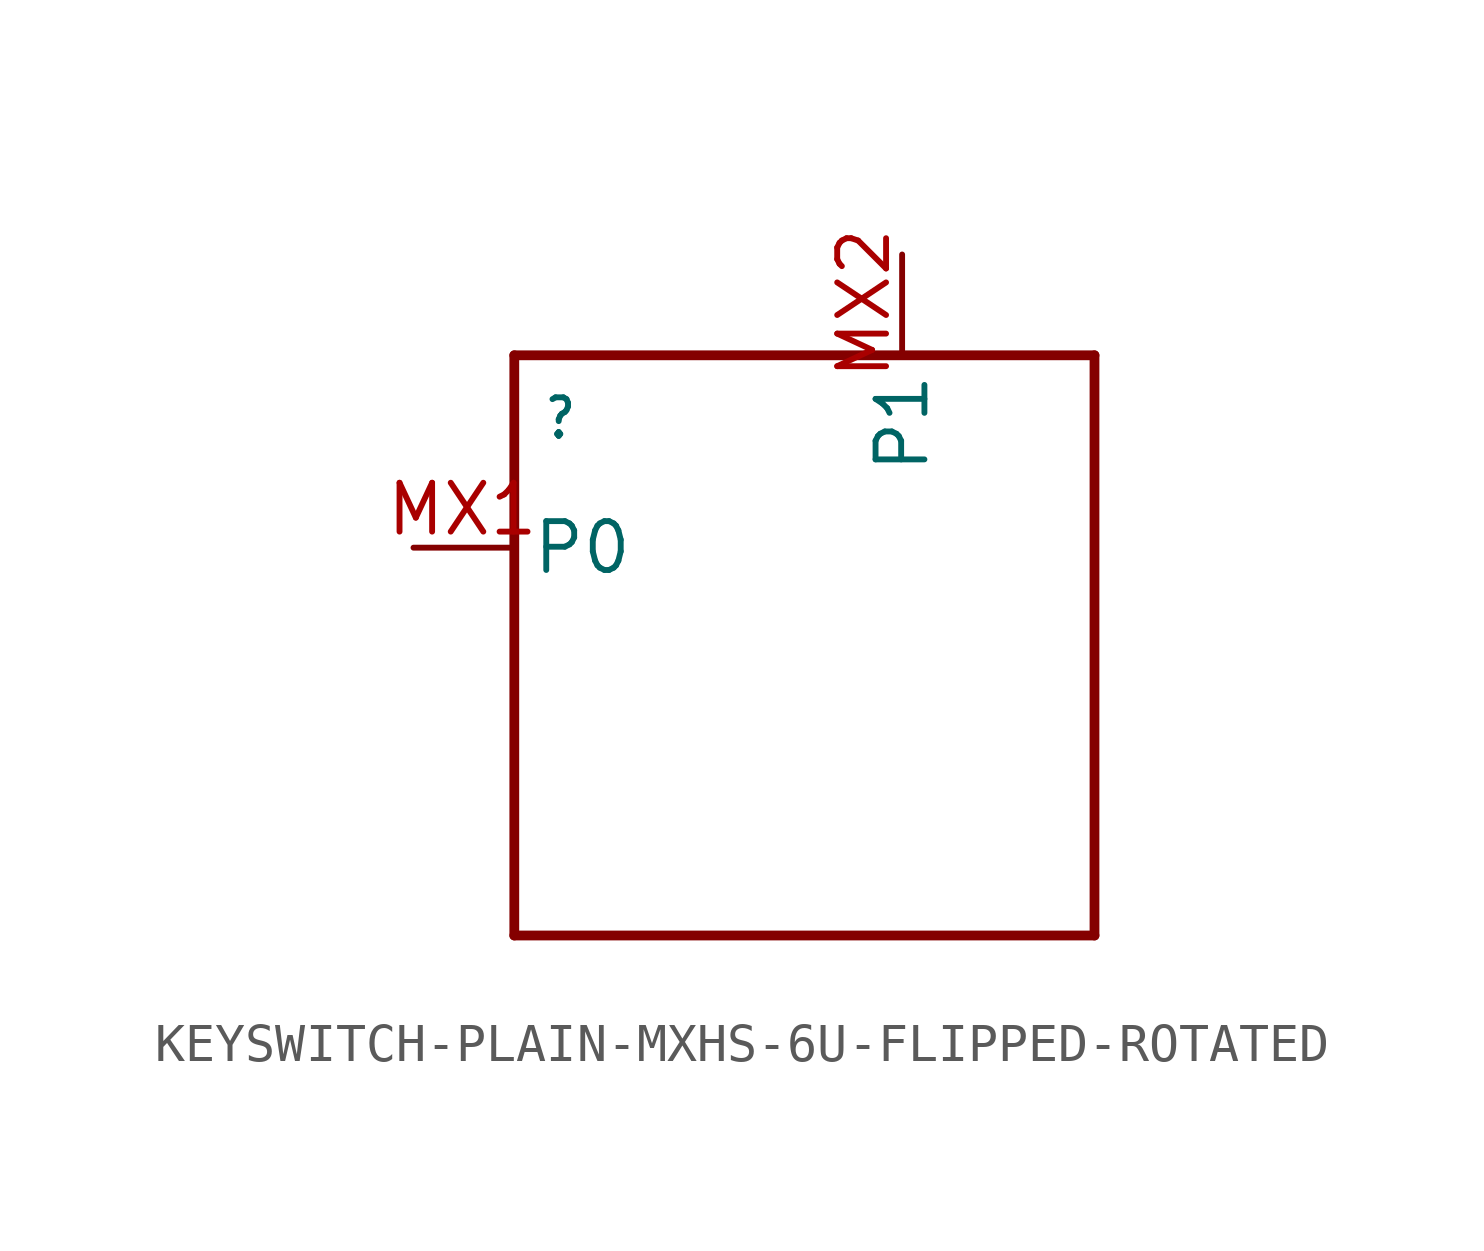
<source format=kicad_sym>
(kicad_symbol_lib
  (version 20211014)
  (generator kicad_symbol_editor)
  (symbol "KEYSWITCH-PLAIN-MXHS-6U-FLIPPED-ROTATED"
    (property "Reference" ""
      (at -6.81 5.318 0)
      (effects (font (size 1 0.85)) (justify left bottom)))
    (property "ki_locked" ""
      (at 0 0 0)
      (effects (font (size 1.27 1.27))))
    (symbol "KEYSWITCH-PLAIN-MXHS-6U-FLIPPED-ROTATED_1_0"
      (polyline (pts (xy -7.54 -7.54) (xy -7.54 7.54)) (stroke (width 0.254) (type default) (color 0 0 0 0)) (fill (type none)))
      (polyline (pts (xy -7.54 7.54) (xy 7.54 7.54)) (stroke (width 0.254) (type default) (color 0 0 0 0)) (fill (type none)))
      (polyline (pts (xy 7.54 -7.54) (xy -7.54 -7.54)) (stroke (width 0.254) (type default) (color 0 0 0 0)) (fill (type none)))
      (polyline (pts (xy 7.54 7.54) (xy 7.54 -7.54)) (stroke (width 0.254) (type default) (color 0 0 0 0)) (fill (type none)))
      (pin bidirectional line (at -10.16 2.54 0) (length 2.54) (name "P0" (effects (font (size 1.27 1.27)))) (number "MX1" (effects (font (size 1.27 1.27)))))
      (pin bidirectional line (at 2.54 10.16 270) (length 2.54) (name "P1" (effects (font (size 1.27 1.27)))) (number "MX2" (effects (font (size 1.27 1.27))))))))
</source>
